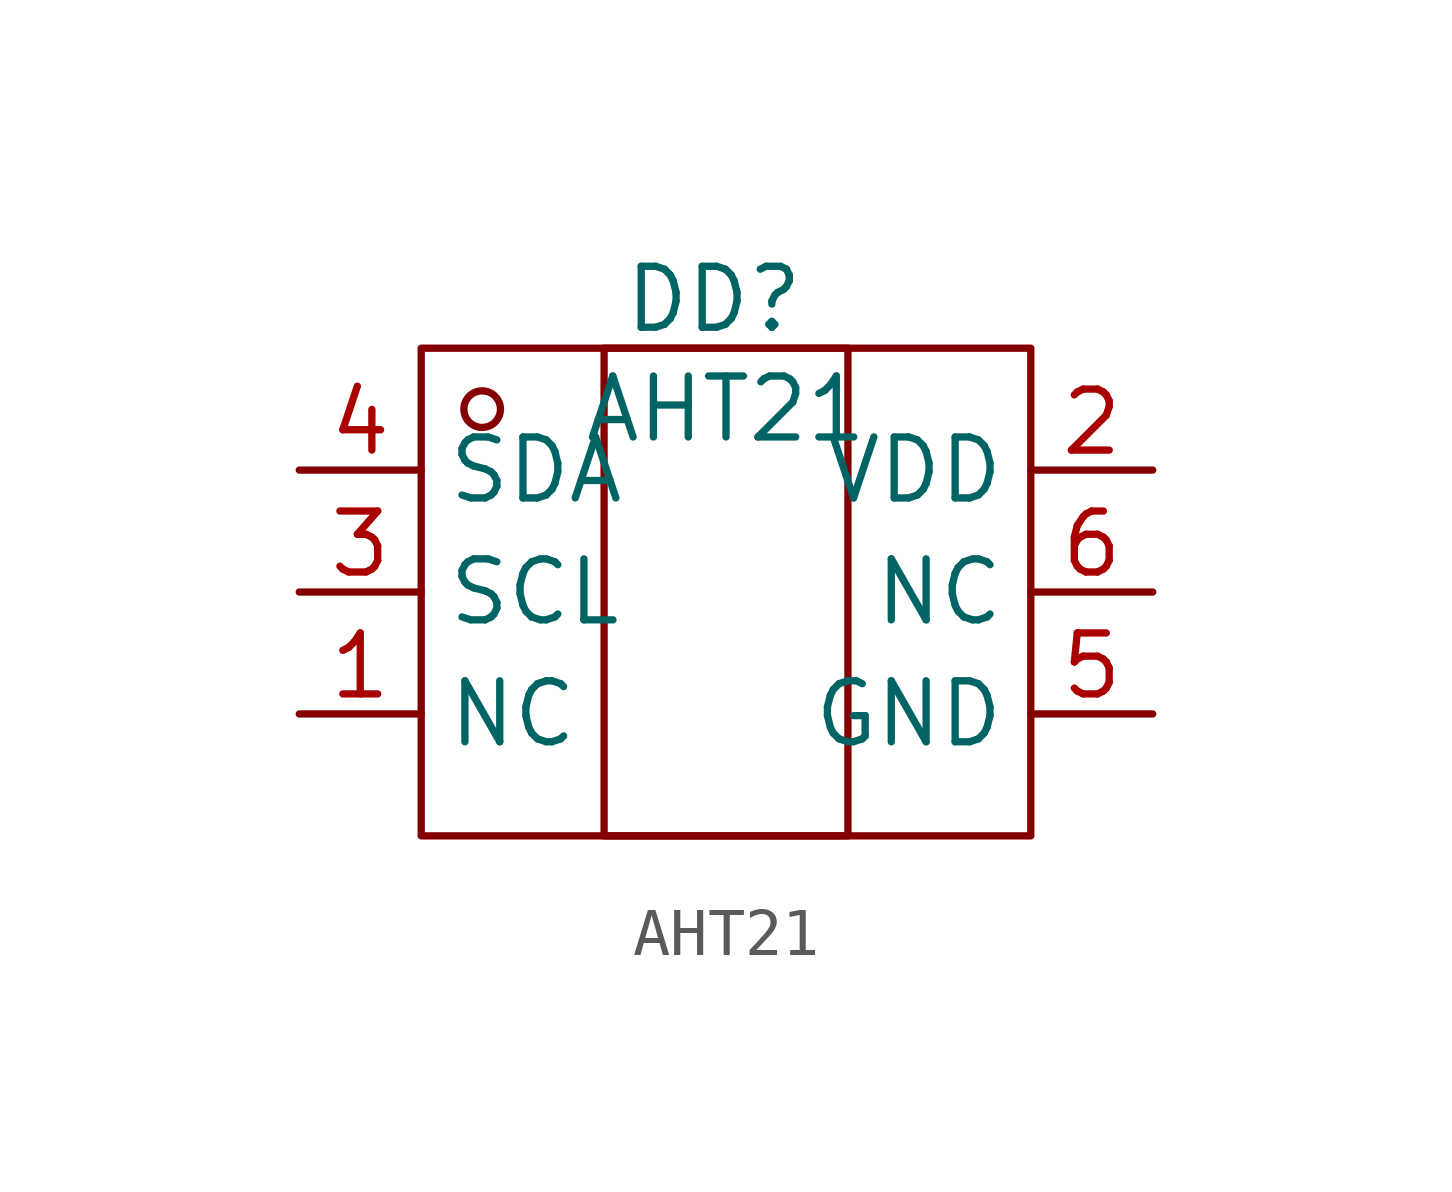
<source format=kicad_sym>
(kicad_symbol_lib
  (version 20241209)
  (generator "kicad_symbol_editor")
  (generator_version "9.0")
  (symbol "AHT21"
    (property "Reference" "DD"
      (at -0.254 6.096 0)
      (effects (font (size 1.27 1.27))))
    (property "Value" "AHT21"
      (at 0 3.81 0)
      (effects (font (size 1.27 1.27))))
    (symbol "AHT21_1_0"
      (rectangle (start -6.35 5.08) (end 6.35 -5.08) (stroke (width 0) (type default)) (fill (type none)))
      (circle (center -5.08 3.81) (radius 0.381) (stroke (width 0) (type default)) (fill (type none)))
      (rectangle (start -2.54 5.08) (end 2.54 -5.08) (stroke (width 0) (type default)) (fill (type none)))
      (pin input line (at -8.89 2.54 0) (length 2.54) (name "SDA" (effects (font (size 1.27 1.27)))) (number "4" (effects (font (size 1.27 1.27)))))
      (pin input line (at -8.89 0 0) (length 2.54) (name "SCL" (effects (font (size 1.27 1.27)))) (number "3" (effects (font (size 1.27 1.27)))))
      (pin input line (at -8.89 -2.54 0) (length 2.54) (name "NC" (effects (font (size 1.27 1.27)))) (number "1" (effects (font (size 1.27 1.27)))))
      (pin input line (at 8.89 2.54 180) (length 2.54) (name "VDD" (effects (font (size 1.27 1.27)))) (number "2" (effects (font (size 1.27 1.27)))))
      (pin input line (at 8.89 0 180) (length 2.54) (name "NC" (effects (font (size 1.27 1.27)))) (number "6" (effects (font (size 1.27 1.27)))))
      (pin input line (at 8.89 -2.54 180) (length 2.54) (name "GND" (effects (font (size 1.27 1.27)))) (number "5" (effects (font (size 1.27 1.27))))))))
</source>
